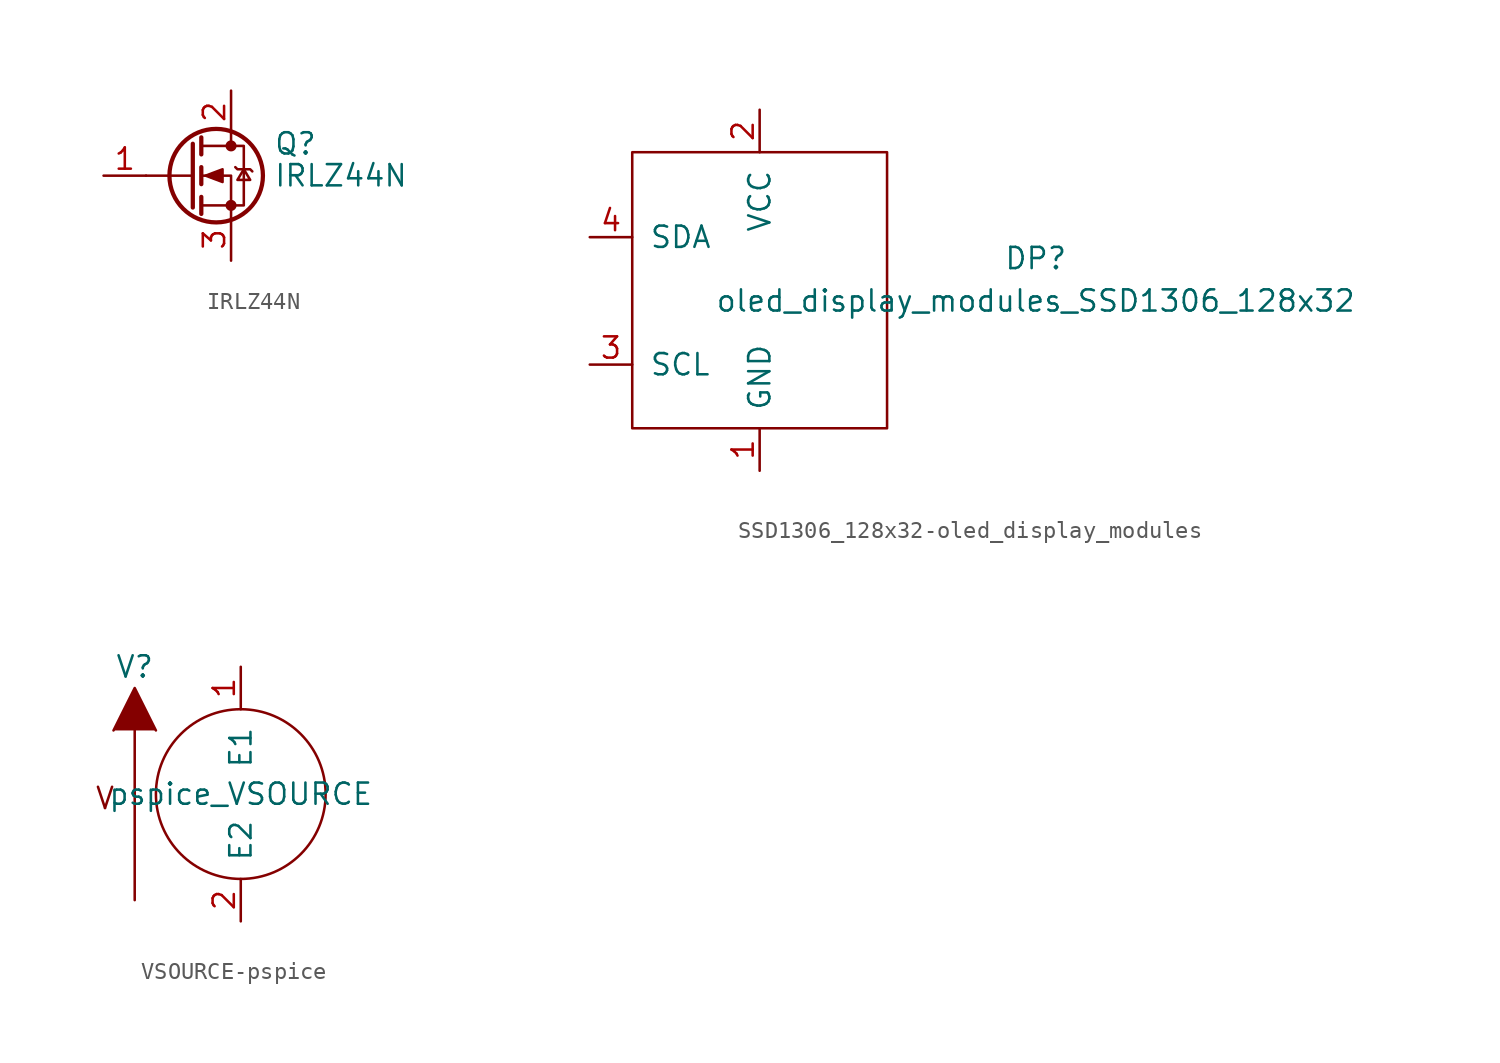
<source format=kicad_sym>
(kicad_symbol_lib
  (version 20231120)
  (generator "kicad_symbol_editor")
  (generator_version "8.0")
  (symbol "IRLZ44N"
    (pin_names hide)
    (property "Reference" "Q"
      (at 5.08 1.905 0)
      (effects (font (size 1.27 1.27)) (justify left)))
    (property "Value" "IRLZ44N"
      (at 5.08 0 0)
      (effects (font (size 1.27 1.27)) (justify left)))
    (symbol "IRLZ44N_0_1"
      (polyline (pts (xy 0.254 0) (xy -2.54 0)) (stroke (width 0) (type default)) (fill (type none)))
      (polyline (pts (xy 0.254 1.905) (xy 0.254 -1.905)) (stroke (width 0.254) (type default)) (fill (type none)))
      (polyline (pts (xy 0.762 -1.27) (xy 0.762 -2.286)) (stroke (width 0.254) (type default)) (fill (type none)))
      (polyline (pts (xy 0.762 0.508) (xy 0.762 -0.508)) (stroke (width 0.254) (type default)) (fill (type none)))
      (polyline (pts (xy 0.762 2.286) (xy 0.762 1.27)) (stroke (width 0.254) (type default)) (fill (type none)))
      (polyline (pts (xy 2.54 2.54) (xy 2.54 1.778)) (stroke (width 0) (type default)) (fill (type none)))
      (polyline (pts (xy 2.54 -2.54) (xy 2.54 0) (xy 0.762 0)) (stroke (width 0) (type default)) (fill (type none)))
      (polyline (pts (xy 0.762 -1.778) (xy 3.302 -1.778) (xy 3.302 1.778) (xy 0.762 1.778)) (stroke (width 0) (type default)) (fill (type none)))
      (polyline (pts (xy 1.016 0) (xy 2.032 0.381) (xy 2.032 -0.381) (xy 1.016 0)) (stroke (width 0) (type default)) (fill (type outline)))
      (polyline (pts (xy 2.794 0.508) (xy 2.921 0.381) (xy 3.683 0.381) (xy 3.81 0.254)) (stroke (width 0) (type default)) (fill (type none)))
      (polyline (pts (xy 3.302 0.381) (xy 2.921 -0.254) (xy 3.683 -0.254) (xy 3.302 0.381)) (stroke (width 0) (type default)) (fill (type none)))
      (circle (center 1.651 0) (radius 2.794) (stroke (width 0.254) (type default)) (fill (type none)))
      (circle (center 2.54 -1.778) (radius 0.254) (stroke (width 0) (type default)) (fill (type outline)))
      (circle (center 2.54 1.778) (radius 0.254) (stroke (width 0) (type default)) (fill (type outline))))
    (symbol "IRLZ44N_1_1"
      (pin input line (at -5.08 0 0) (length 2.54) (name "G" (effects (font (size 1.27 1.27)))) (number "1" (effects (font (size 1.27 1.27)))))
      (pin passive line (at 2.54 5.08 270) (length 2.54) (name "D" (effects (font (size 1.27 1.27)))) (number "2" (effects (font (size 1.27 1.27)))))
      (pin passive line (at 2.54 -5.08 90) (length 2.54) (name "S" (effects (font (size 1.27 1.27)))) (number "3" (effects (font (size 1.27 1.27)))))))
  (symbol "SSD1306_128x32-oled_display_modules"
    (pin_names
      (offset 1.016))
    (property "Reference" "DP"
      (at 16.51 -10.16 0)
      (effects (font (size 1.27 1.27))))
    (property "Value" "oled_display_modules_SSD1306_128x32"
      (at 16.51 -12.7 0)
      (effects (font (size 1.27 1.27))))
    (symbol "SSD1306_128x32-oled_display_modules_0_1"
      (rectangle (start -7.62 -3.81) (end 7.62 -20.32) (stroke (width 0) (type solid)) (fill (type none))))
    (symbol "SSD1306_128x32-oled_display_modules_1_1"
      (pin input line (at 0 -22.86 90) (length 2.54) (name "GND" (effects (font (size 1.27 1.27)))) (number "1" (effects (font (size 1.27 1.27)))))
      (pin input line (at 0 -1.27 270) (length 2.54) (name "VCC" (effects (font (size 1.27 1.27)))) (number "2" (effects (font (size 1.27 1.27)))))
      (pin output line (at -10.16 -16.51 0) (length 2.54) (name "SCL" (effects (font (size 1.27 1.27)))) (number "3" (effects (font (size 1.27 1.27)))))
      (pin input line (at -10.16 -8.89 0) (length 2.54) (name "SDA" (effects (font (size 1.27 1.27)))) (number "4" (effects (font (size 1.27 1.27)))))))
  (symbol "VSOURCE-pspice"
    (pin_names
      (offset 1.016))
    (property "Reference" "V"
      (at -6.35 7.62 0)
      (effects (font (size 1.27 1.27))))
    (property "Value" "pspice_VSOURCE"
      (at 0 0 0)
      (effects (font (size 1.27 1.27))))
    (symbol "VSOURCE-pspice_0_1"
      (polyline (pts (xy -6.35 -6.35) (xy -6.35 3.81)) (stroke (width 0) (type solid)) (fill (type outline)))
      (polyline (pts (xy -7.62 3.81) (xy -6.35 6.35) (xy -5.08 3.81)) (stroke (width 0) (type solid)) (fill (type outline)))
      (circle (center 0 0) (radius 5.08) (stroke (width 0) (type solid)) (fill (type none)))
      (text "V" (at -8.128 -0.254 0) (effects (font (size 1.27 1.27)))))
    (symbol "VSOURCE-pspice_1_1"
      (pin input line (at 0 7.62 270) (length 2.54) (name "E1" (effects (font (size 1.27 1.27)))) (number "1" (effects (font (size 1.27 1.27)))))
      (pin input line (at 0 -7.62 90) (length 2.54) (name "E2" (effects (font (size 1.27 1.27)))) (number "2" (effects (font (size 1.27 1.27))))))))
</source>
